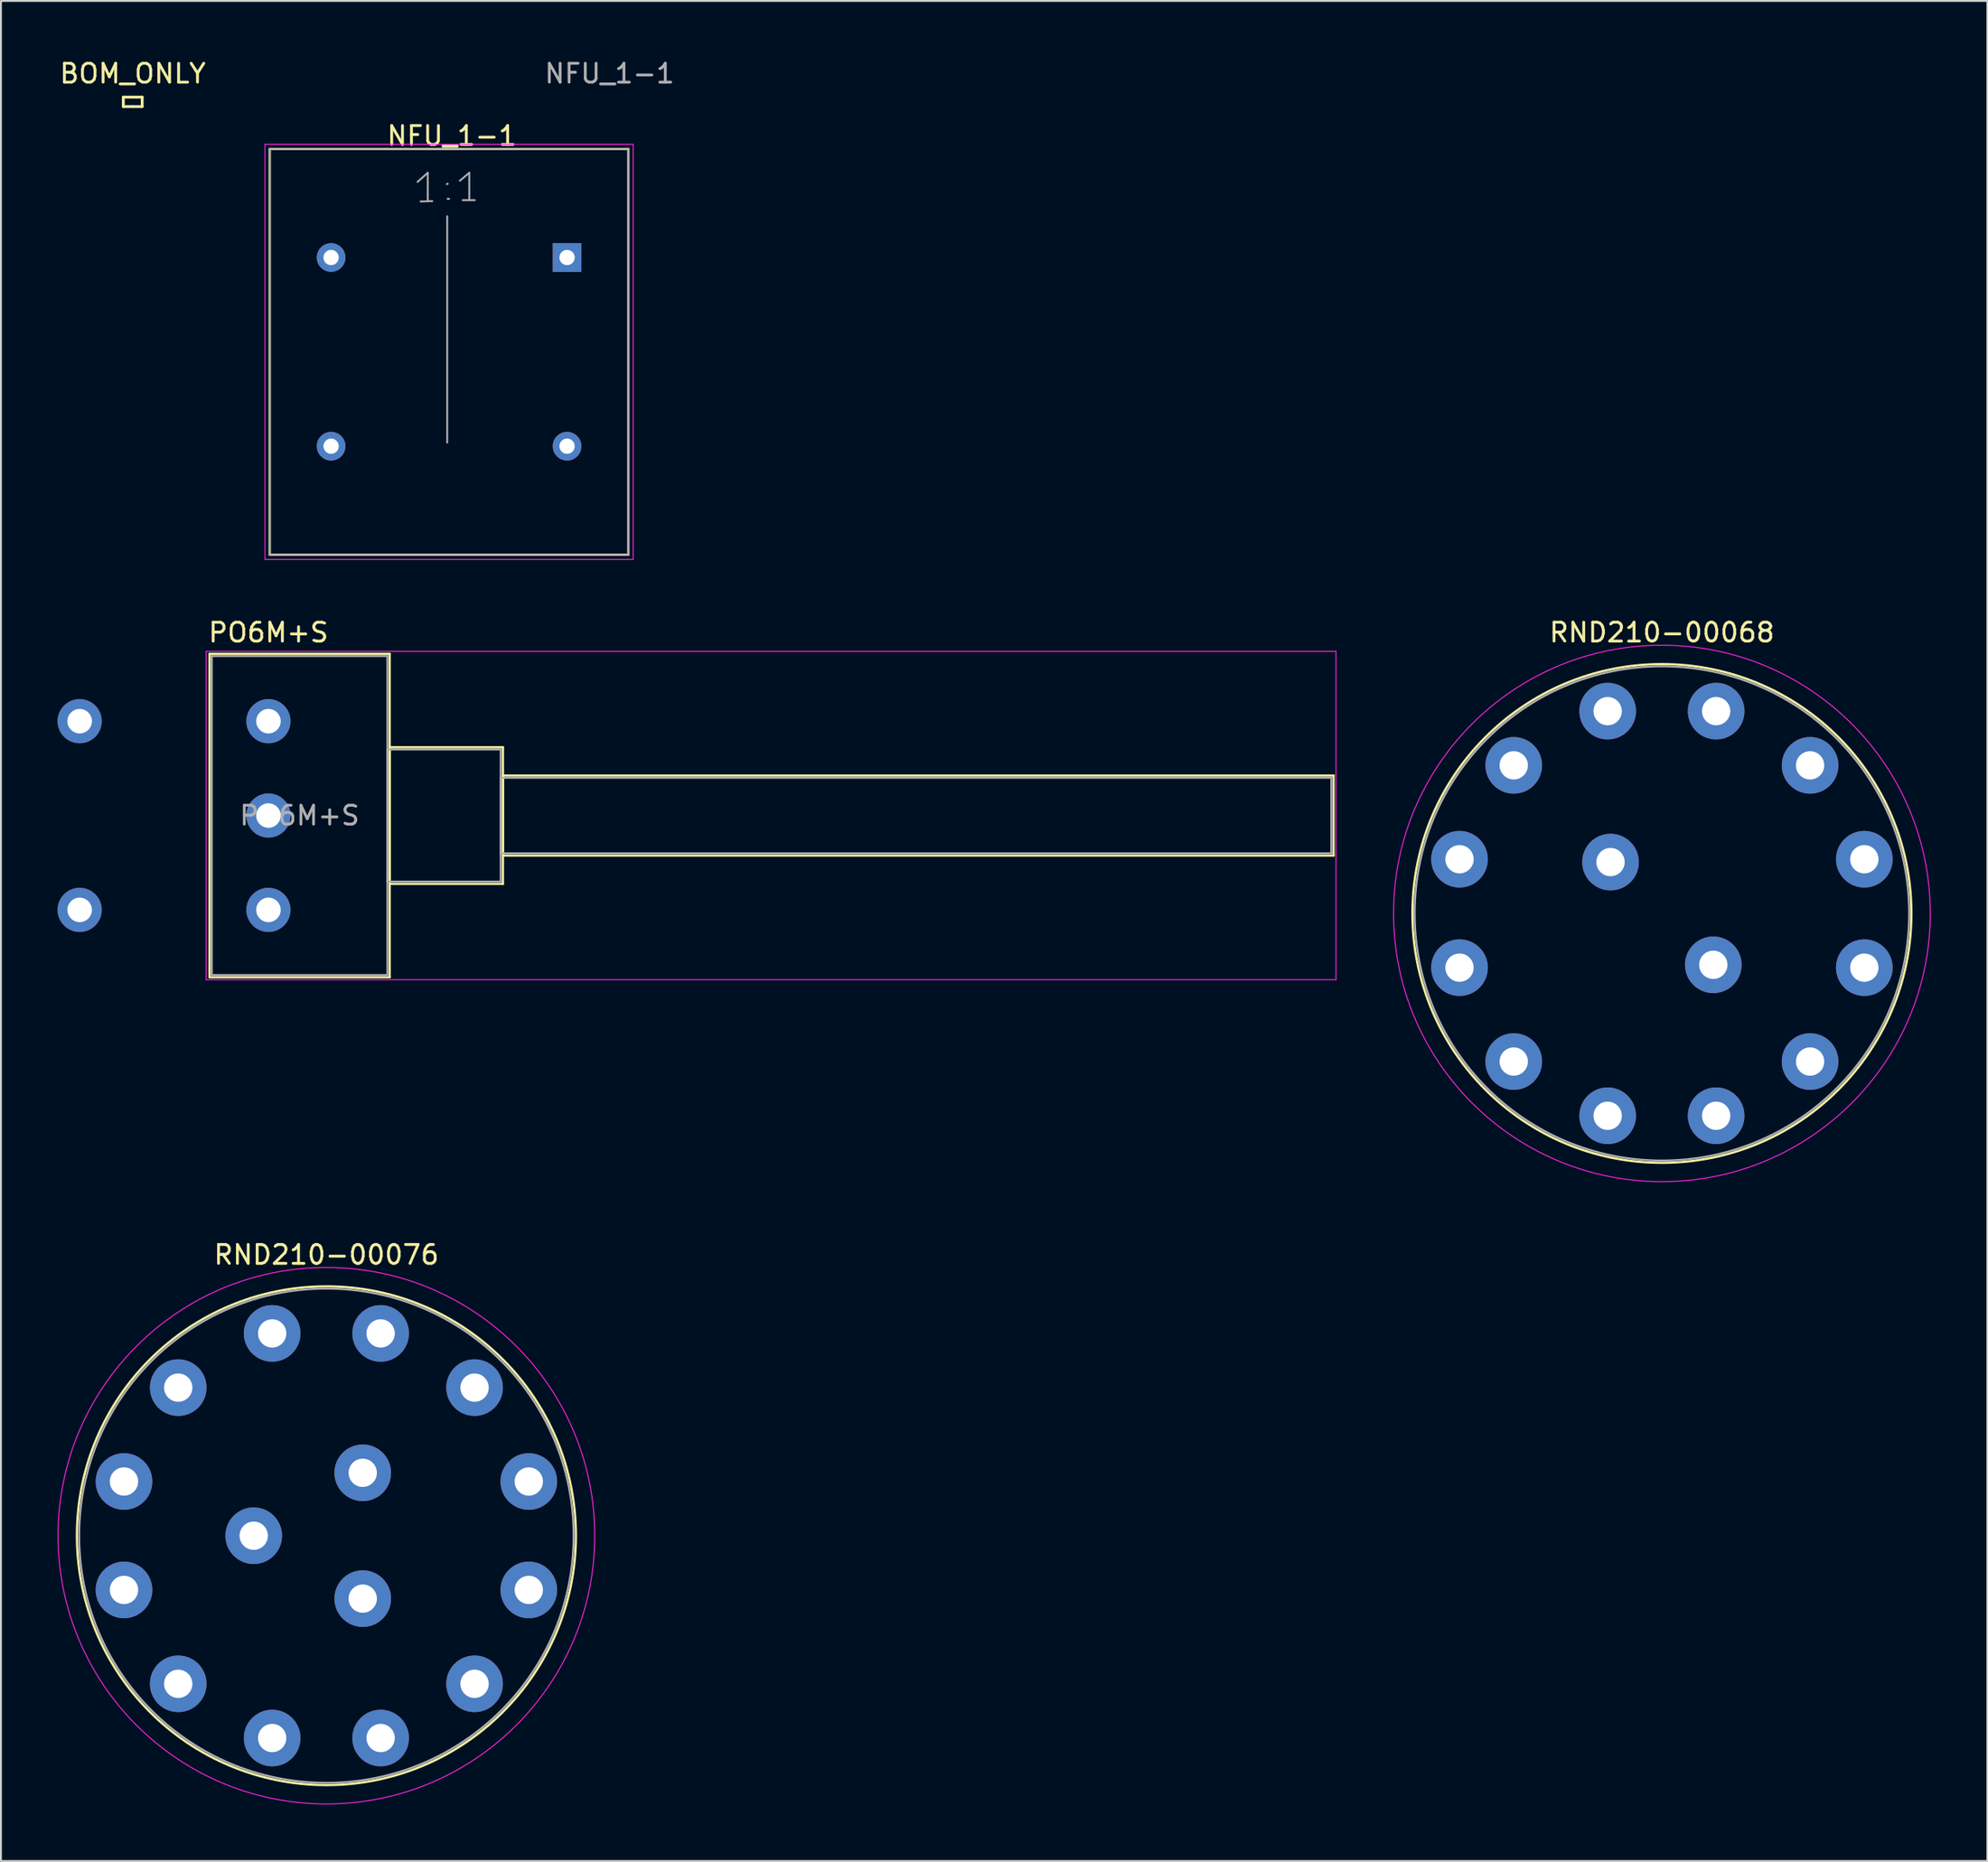
<source format=kicad_pcb>
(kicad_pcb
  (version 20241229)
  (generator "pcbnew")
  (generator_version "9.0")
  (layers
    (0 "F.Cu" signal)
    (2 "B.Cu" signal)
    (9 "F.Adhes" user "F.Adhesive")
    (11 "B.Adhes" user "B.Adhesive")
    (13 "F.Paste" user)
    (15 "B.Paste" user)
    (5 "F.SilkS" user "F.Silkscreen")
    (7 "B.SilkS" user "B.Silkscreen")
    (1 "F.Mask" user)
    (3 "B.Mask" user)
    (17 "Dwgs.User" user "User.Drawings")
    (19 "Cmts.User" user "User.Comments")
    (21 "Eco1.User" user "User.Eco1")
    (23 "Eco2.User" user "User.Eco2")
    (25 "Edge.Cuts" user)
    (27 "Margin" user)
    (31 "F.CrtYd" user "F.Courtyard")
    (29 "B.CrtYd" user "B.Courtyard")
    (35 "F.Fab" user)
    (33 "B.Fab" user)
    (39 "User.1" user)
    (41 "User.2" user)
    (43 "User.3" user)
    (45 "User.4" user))
  (footprint "NFU_1-1"
    (layer "F.Cu")
    (at 26.989 10.598)
    (property "Reference" "NFU_1-1" (at -6.1 -6.45 180) (layer "F.SilkS") (effects (font (size 1 1) (thickness 0.15))))
    (attr through_hole)
    (fp_line (start -15.75 -5.75) (end 3.25 -5.75) (stroke (width 0.12) (type solid)) (layer "F.SilkS"))
    (fp_line (start -15.75 15.75) (end -15.75 -5.75) (stroke (width 0.12) (type solid)) (layer "F.SilkS"))
    (fp_line (start 3.25 -5.75) (end 3.25 15.75) (stroke (width 0.12) (type solid)) (layer "F.SilkS"))
    (fp_line (start 3.25 15.75) (end -15.75 15.75) (stroke (width 0.12) (type solid)) (layer "F.SilkS"))
    (fp_line (start -16 -6) (end -16 16) (stroke (width 0.05) (type solid)) (layer "F.CrtYd"))
    (fp_line (start -16 -6) (end 3.5 -6) (stroke (width 0.05) (type solid)) (layer "F.CrtYd"))
    (fp_line (start 3.5 16) (end -16 16) (stroke (width 0.05) (type solid)) (layer "F.CrtYd"))
    (fp_line (start 3.5 16) (end 3.5 -6) (stroke (width 0.05) (type solid)) (layer "F.CrtYd"))
    (fp_line (start -15.75 -5.75) (end -15.75 15.75) (stroke (width 0.1) (type solid)) (layer "F.Fab"))
    (fp_line (start -15.75 15.75) (end 3.25 15.75) (stroke (width 0.1) (type solid)) (layer "F.Fab"))
    (fp_line (start -7.92 -4.01) (end -7.38 -4.49) (stroke (width 0.1) (type solid)) (layer "F.Fab"))
    (fp_line (start -7.76 -2.97) (end -7.14 -2.99) (stroke (width 0.1) (type solid)) (layer "F.Fab"))
    (fp_line (start -7.38 -4.49) (end -7.38 -2.98) (stroke (width 0.1) (type solid)) (layer "F.Fab"))
    (fp_line (start -6.35 -2.19) (end -6.35 9.81) (stroke (width 0.1) (type solid)) (layer "F.Fab"))
    (fp_line (start -6.32 -3.91) (end -6.37 -3.89) (stroke (width 0.1) (type solid)) (layer "F.Fab"))
    (fp_line (start -6.25 -3.11) (end -6.33 -3.11) (stroke (width 0.1) (type solid)) (layer "F.Fab"))
    (fp_line (start -5.68 -4.07) (end -5.18 -4.49) (stroke (width 0.1) (type solid)) (layer "F.Fab"))
    (fp_line (start -5.53 -3.04) (end -4.89 -3.04) (stroke (width 0.1) (type solid)) (layer "F.Fab"))
    (fp_line (start -5.18 -4.49) (end -5.18 -3.04) (stroke (width 0.1) (type solid)) (layer "F.Fab"))
    (fp_line (start 3.25 -5.75) (end -15.75 -5.75) (stroke (width 0.1) (type solid)) (layer "F.Fab"))
    (fp_line (start 3.25 15.75) (end 3.25 -5.75) (stroke (width 0.1) (type solid)) (layer "F.Fab"))
    (fp_text user "${REFERENCE}" (at 2.25 -9.75 180) (layer "F.Fab") (effects (font (size 1 1) (thickness 0.15))))
    (pad "1" thru_hole rect (at 0 0) (size 1.52 1.52) (drill 0.81) (layers "*.Cu" "*.Mask"))
    (pad "3" thru_hole circle (at 0 10) (size 1.52 1.52) (drill 0.81) (layers "*.Cu" "*.Mask"))
    (pad "4" thru_hole circle (at -12.5 10) (size 1.52 1.52) (drill 0.81) (layers "*.Cu" "*.Mask"))
    (pad "6" thru_hole circle (at -12.5 0) (size 1.52 1.52) (drill 0.81) (layers "*.Cu" "*.Mask")))
  (footprint "RND210-00068"
    (layer "F.Cu")
    (at 84.985 45.361)
    (property "Reference" "RND210-00068" (at 0 -14.89 0) (layer "F.SilkS") (effects (font (size 1 1) (thickness 0.15))))
    (attr through_hole)
    (fp_circle (center 0 0) (end 0 13.215) (stroke (width 0.12) (type solid)) (fill no) (layer "F.SilkS"))
    (fp_circle (center 0 0) (end 0 14.215) (stroke (width 0.05) (type solid)) (fill no) (layer "F.CrtYd"))
    (fp_circle (center 0 0) (end 0 13.095) (stroke (width 0.1) (type solid)) (fill no) (layer "F.Fab"))
    (pad "1" thru_hole oval (at 10.722 2.873) (size 3 3) (drill 1.5) (layers "*.Cu" "*.Mask"))
    (pad "2" thru_hole oval (at 7.849 7.849) (size 3 3) (drill 1.5) (layers "*.Cu" "*.Mask"))
    (pad "3" thru_hole oval (at 2.873 10.722) (size 3 3) (drill 1.5) (layers "*.Cu" "*.Mask"))
    (pad "4" thru_hole oval (at -2.873 10.722) (size 3 3) (drill 1.5) (layers "*.Cu" "*.Mask"))
    (pad "5" thru_hole oval (at -7.849 7.849) (size 3 3) (drill 1.5) (layers "*.Cu" "*.Mask"))
    (pad "6" thru_hole oval (at -10.722 2.873) (size 3 3) (drill 1.5) (layers "*.Cu" "*.Mask"))
    (pad "7" thru_hole oval (at -10.722 -2.873) (size 3 3) (drill 1.5) (layers "*.Cu" "*.Mask"))
    (pad "8" thru_hole oval (at -7.849 -7.849) (size 3 3) (drill 1.5) (layers "*.Cu" "*.Mask"))
    (pad "9" thru_hole oval (at -2.873 -10.722) (size 3 3) (drill 1.5) (layers "*.Cu" "*.Mask"))
    (pad "10" thru_hole oval (at 2.873 -10.722) (size 3 3) (drill 1.5) (layers "*.Cu" "*.Mask"))
    (pad "11" thru_hole oval (at 7.849 -7.849) (size 3 3) (drill 1.5) (layers "*.Cu" "*.Mask"))
    (pad "12" thru_hole oval (at 10.722 -2.873) (size 3 3) (drill 1.5) (layers "*.Cu" "*.Mask"))
    (pad "13" thru_hole oval (at 2.722 2.722) (size 3 3) (drill 1.5) (layers "*.Cu" "*.Mask"))
    (pad "14" thru_hole oval (at -2.722 -2.722) (size 3 3) (drill 1.5) (layers "*.Cu" "*.Mask")))
  (footprint "PO6M+S"
    (layer "F.Cu")
    (at 11.17 45.172)
    (property "Reference" "PO6M+S" (at 0 -14.7 0) (layer "F.SilkS") (effects (font (size 1 1) (thickness 0.15))))
    (attr through_hole)
    (fp_line (start -3.121 -13.57) (end -3.121 3.57) (stroke (width 0.12) (type solid)) (layer "F.SilkS"))
    (fp_line (start -3.121 -13.57) (end 6.42 -13.57) (stroke (width 0.12) (type solid)) (layer "F.SilkS"))
    (fp_line (start -3.121 3.57) (end 6.42 3.57) (stroke (width 0.12) (type solid)) (layer "F.SilkS"))
    (fp_line (start 6.42 -13.57) (end 6.42 3.57) (stroke (width 0.12) (type solid)) (layer "F.SilkS"))
    (fp_line (start 6.42 -8.62) (end 6.42 -1.38) (stroke (width 0.12) (type solid)) (layer "F.SilkS"))
    (fp_line (start 6.42 -8.62) (end 12.42 -8.62) (stroke (width 0.12) (type solid)) (layer "F.SilkS"))
    (fp_line (start 6.42 -1.38) (end 12.42 -1.38) (stroke (width 0.12) (type solid)) (layer "F.SilkS"))
    (fp_line (start 12.42 -8.62) (end 12.42 -1.38) (stroke (width 0.12) (type solid)) (layer "F.SilkS"))
    (fp_line (start 12.42 -7.12) (end 12.42 -2.88) (stroke (width 0.12) (type solid)) (layer "F.SilkS"))
    (fp_line (start 12.42 -7.12) (end 56.42 -7.12) (stroke (width 0.12) (type solid)) (layer "F.SilkS"))
    (fp_line (start 12.42 -2.88) (end 56.42 -2.88) (stroke (width 0.12) (type solid)) (layer "F.SilkS"))
    (fp_line (start 56.42 -7.12) (end 56.42 -2.88) (stroke (width 0.12) (type solid)) (layer "F.SilkS"))
    (fp_line (start -3.3 -13.7) (end -3.3 3.7) (stroke (width 0.05) (type solid)) (layer "F.CrtYd"))
    (fp_line (start -3.3 3.7) (end 56.55 3.7) (stroke (width 0.05) (type solid)) (layer "F.CrtYd"))
    (fp_line (start 56.55 -13.7) (end -3.3 -13.7) (stroke (width 0.05) (type solid)) (layer "F.CrtYd"))
    (fp_line (start 56.55 3.7) (end 56.55 -13.7) (stroke (width 0.05) (type solid)) (layer "F.CrtYd"))
    (fp_line (start -3 -13.45) (end -3 3.45) (stroke (width 0.1) (type solid)) (layer "F.Fab"))
    (fp_line (start -3 3.45) (end 6.3 3.45) (stroke (width 0.1) (type solid)) (layer "F.Fab"))
    (fp_line (start 6.3 -13.45) (end -3 -13.45) (stroke (width 0.1) (type solid)) (layer "F.Fab"))
    (fp_line (start 6.3 -8.5) (end 6.3 -1.5) (stroke (width 0.1) (type solid)) (layer "F.Fab"))
    (fp_line (start 6.3 -1.5) (end 12.3 -1.5) (stroke (width 0.1) (type solid)) (layer "F.Fab"))
    (fp_line (start 6.3 3.45) (end 6.3 -13.45) (stroke (width 0.1) (type solid)) (layer "F.Fab"))
    (fp_line (start 12.3 -8.5) (end 6.3 -8.5) (stroke (width 0.1) (type solid)) (layer "F.Fab"))
    (fp_line (start 12.3 -7) (end 12.3 -3) (stroke (width 0.1) (type solid)) (layer "F.Fab"))
    (fp_line (start 12.3 -3) (end 56.3 -3) (stroke (width 0.1) (type solid)) (layer "F.Fab"))
    (fp_line (start 12.3 -1.5) (end 12.3 -8.5) (stroke (width 0.1) (type solid)) (layer "F.Fab"))
    (fp_line (start 56.3 -7) (end 12.3 -7) (stroke (width 0.1) (type solid)) (layer "F.Fab"))
    (fp_line (start 56.3 -3) (end 56.3 -7) (stroke (width 0.1) (type solid)) (layer "F.Fab"))
    (fp_text user "${REFERENCE}" (at 1.65 -5 0) (layer "F.Fab") (effects (font (size 1 1) (thickness 0.15))))
    (pad "1" thru_hole circle (at 0 0) (size 2.34 2.34) (drill 1.3) (layers "*.Cu" "*.Mask"))
    (pad "2" thru_hole circle (at 0 -5) (size 2.34 2.34) (drill 1.3) (layers "*.Cu" "*.Mask"))
    (pad "3" thru_hole circle (at 0 -10) (size 2.34 2.34) (drill 1.3) (layers "*.Cu" "*.Mask"))
    (pad "4" thru_hole circle (at -10 0) (size 2.34 2.34) (drill 1.3) (layers "*.Cu" "*.Mask"))
    (pad "5" thru_hole circle (at -10 -10) (size 2.34 2.34) (drill 1.3) (layers "*.Cu" "*.Mask")))
  (footprint "RND210-00076"
    (layer "F.Cu")
    (at 14.24 78.34)
    (property "Reference" "RND210-00076" (at 0 -14.89 0) (layer "F.SilkS") (effects (font (size 1 1) (thickness 0.15))))
    (attr through_hole)
    (fp_circle (center 0 0) (end 0 13.215) (stroke (width 0.12) (type solid)) (fill no) (layer "F.SilkS"))
    (fp_circle (center 0 0) (end 0 14.215) (stroke (width 0.05) (type solid)) (fill no) (layer "F.CrtYd"))
    (fp_circle (center 0 0) (end 0 13.095) (stroke (width 0.1) (type solid)) (fill no) (layer "F.Fab"))
    (pad "1" thru_hole oval (at 10.722 2.873) (size 3 3) (drill 1.5) (layers "*.Cu" "*.Mask"))
    (pad "2" thru_hole oval (at 7.849 7.849) (size 3 3) (drill 1.5) (layers "*.Cu" "*.Mask"))
    (pad "3" thru_hole oval (at 2.873 10.722) (size 3 3) (drill 1.5) (layers "*.Cu" "*.Mask"))
    (pad "4" thru_hole oval (at -2.873 10.722) (size 3 3) (drill 1.5) (layers "*.Cu" "*.Mask"))
    (pad "5" thru_hole oval (at -7.849 7.849) (size 3 3) (drill 1.5) (layers "*.Cu" "*.Mask"))
    (pad "6" thru_hole oval (at -10.722 2.873) (size 3 3) (drill 1.5) (layers "*.Cu" "*.Mask"))
    (pad "7" thru_hole oval (at -10.722 -2.873) (size 3 3) (drill 1.5) (layers "*.Cu" "*.Mask"))
    (pad "8" thru_hole oval (at -7.849 -7.849) (size 3 3) (drill 1.5) (layers "*.Cu" "*.Mask"))
    (pad "9" thru_hole oval (at -2.873 -10.722) (size 3 3) (drill 1.5) (layers "*.Cu" "*.Mask"))
    (pad "10" thru_hole oval (at 2.873 -10.722) (size 3 3) (drill 1.5) (layers "*.Cu" "*.Mask"))
    (pad "11" thru_hole oval (at 7.849 -7.849) (size 3 3) (drill 1.5) (layers "*.Cu" "*.Mask"))
    (pad "12" thru_hole oval (at 10.722 -2.873) (size 3 3) (drill 1.5) (layers "*.Cu" "*.Mask"))
    (pad "13" thru_hole oval (at 1.925 3.334) (size 3 3) (drill 1.5) (layers "*.Cu" "*.Mask"))
    (pad "14" thru_hole oval (at -3.85 0) (size 3 3) (drill 1.5) (layers "*.Cu" "*.Mask"))
    (pad "15" thru_hole oval (at 1.925 -3.334) (size 3 3) (drill 1.5) (layers "*.Cu" "*.Mask")))
  (footprint "BOM_ONLY"
    (layer "F.Cu")
    (at 3.982 0.348)
    (property "Reference" "BOM_ONLY" (at 0 0.5 0) (layer "F.SilkS") (effects (font (size 1 1) (thickness 0.15))))
    (attr through_hole)
    (fp_line (start -0.5 1.75) (end -0.5 2.25) (stroke (width 0.15) (type solid)) (layer "F.SilkS"))
    (fp_line (start -0.5 2.25) (end 0 2.25) (stroke (width 0.15) (type solid)) (layer "F.SilkS"))
    (fp_line (start 0 2.25) (end 0.5 2.25) (stroke (width 0.15) (type solid)) (layer "F.SilkS"))
    (fp_line (start 0.5 1.75) (end -0.5 1.75) (stroke (width 0.15) (type solid)) (layer "F.SilkS"))
    (fp_line (start 0.5 2.25) (end 0.5 1.75) (stroke (width 0.15) (type solid)) (layer "F.SilkS")))
  (gr_rect
    (start -3 -3)
    (end 102.225 95.58)
    (stroke (width 0.1) (type default))
    (fill no)
    (layer "Edge.Cuts")))
</source>
